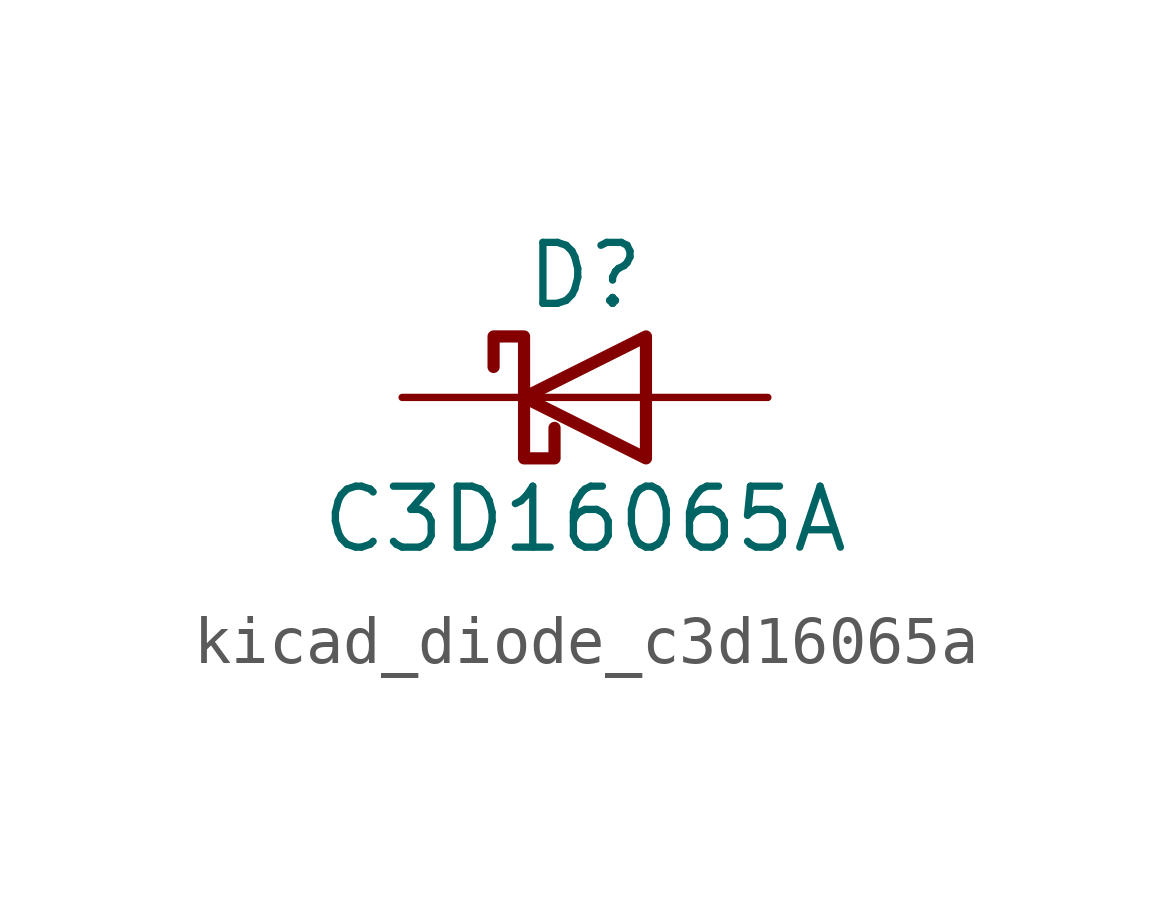
<source format=kicad_sym>
(kicad_symbol_lib
  (version 20220914)
  (generator kicad_symbol_editor)
  (symbol "kicad_diode_c3d16065a"
    (pin_numbers hide)
    (pin_names
      (offset 1.016) hide)
    (property "Reference" "D"
      (at 0 2.54 0)
      (effects (font (size 1.27 1.27))))
    (property "Value" "C3D16065A"
      (at 0 -2.54 0)
      (effects (font (size 1.27 1.27))))
    (symbol "kicad_diode_c3d16065a_0_1"
      (polyline (pts (xy 1.27 0) (xy -1.27 0)) (stroke (width 0) (type default)) (fill (type none)))
      (polyline (pts (xy 1.27 1.27) (xy 1.27 -1.27) (xy -1.27 0) (xy 1.27 1.27)) (stroke (width 0.254) (type default)) (fill (type none)))
      (polyline (pts (xy -1.905 0.635) (xy -1.905 1.27) (xy -1.27 1.27) (xy -1.27 -1.27) (xy -0.635 -1.27) (xy -0.635 -0.635)) (stroke (width 0.254) (type default)) (fill (type none))))
    (symbol "kicad_diode_c3d16065a_1_1"
      (pin passive line (at -3.81 0 0) (length 2.54) (name "K" (effects (font (size 1.27 1.27)))) (number "1" (effects (font (size 1.27 1.27)))))
      (pin passive line (at 3.81 0 180) (length 2.54) (name "A" (effects (font (size 1.27 1.27)))) (number "2" (effects (font (size 1.27 1.27))))))))
</source>
